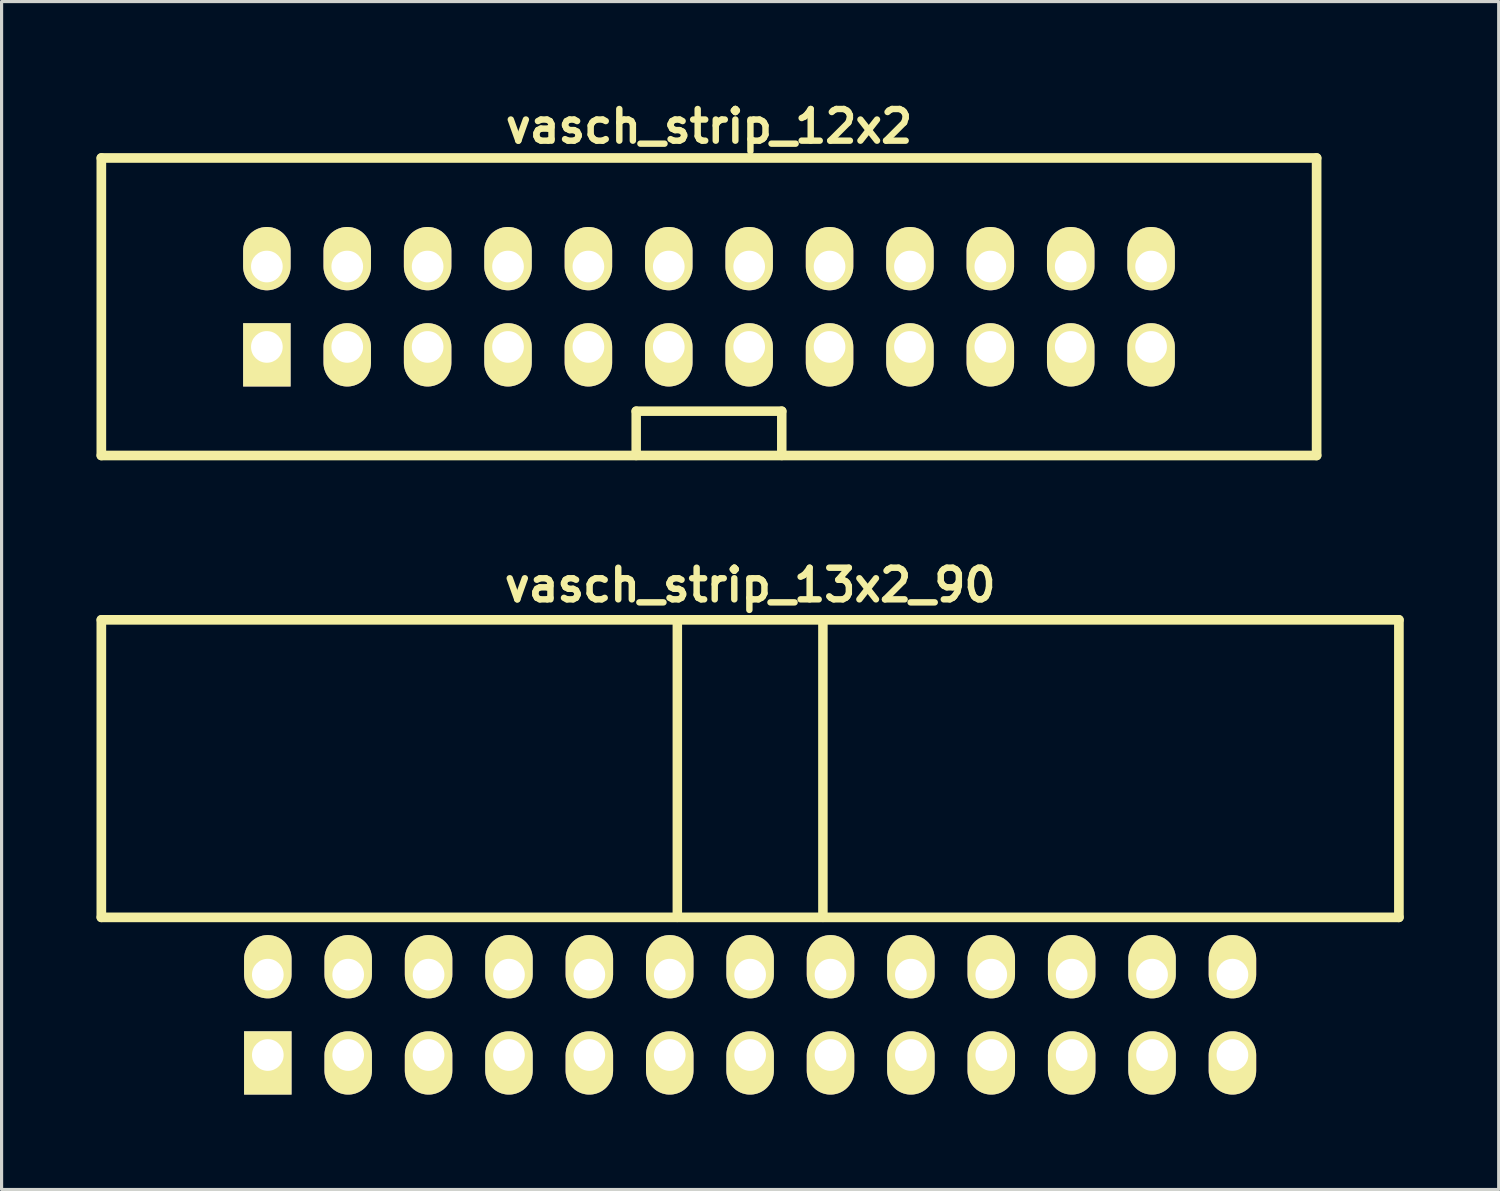
<source format=kicad_pcb>
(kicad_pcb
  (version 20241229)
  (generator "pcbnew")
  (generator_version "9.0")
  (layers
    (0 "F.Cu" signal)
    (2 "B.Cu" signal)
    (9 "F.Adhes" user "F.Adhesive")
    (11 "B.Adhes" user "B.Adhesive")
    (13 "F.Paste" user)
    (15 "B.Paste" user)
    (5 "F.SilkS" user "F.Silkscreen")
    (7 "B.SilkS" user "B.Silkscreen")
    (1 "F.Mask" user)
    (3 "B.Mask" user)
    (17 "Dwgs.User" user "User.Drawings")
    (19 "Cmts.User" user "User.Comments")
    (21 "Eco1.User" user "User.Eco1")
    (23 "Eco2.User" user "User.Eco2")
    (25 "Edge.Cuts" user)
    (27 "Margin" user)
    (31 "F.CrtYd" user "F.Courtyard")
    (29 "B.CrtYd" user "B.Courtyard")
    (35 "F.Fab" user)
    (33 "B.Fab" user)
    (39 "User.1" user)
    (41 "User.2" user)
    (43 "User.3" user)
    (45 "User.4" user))
  (footprint "vasch_strip_13x2_90"
    (layer "F.Cu")
    (at 20.652 23.936)
    (property "Reference" "vasch_strip_13x2_90" (at 0 -8.5 0) (layer "F.SilkS") (effects (font (size 1 1) (thickness 0.203))))
    (attr through_hole)
    (fp_line (start -20.5 -7.4) (end -20.5 2) (stroke (width 0.305) (type solid)) (layer "F.SilkS"))
    (fp_line (start -20.5 2) (end 20.5 2) (stroke (width 0.305) (type solid)) (layer "F.SilkS"))
    (fp_line (start -2.3 -7.4) (end -2.3 2) (stroke (width 0.3) (type solid)) (layer "F.SilkS"))
    (fp_line (start 2.3 -7.4) (end 2.3 2) (stroke (width 0.3) (type solid)) (layer "F.SilkS"))
    (fp_line (start 20.5 -7.4) (end -20.5 -7.4) (stroke (width 0.305) (type solid)) (layer "F.SilkS"))
    (fp_line (start 20.5 -7.4) (end 20.5 2) (stroke (width 0.305) (type solid)) (layer "F.SilkS"))
    (pad "1" thru_hole rect (at -15.24 6.35) (size 1.5 2) (drill 1 (offset 0 0.25)) (layers "*.Cu" "*.Mask" "F.SilkS"))
    (pad "2" thru_hole oval (at -15.24 3.81) (size 1.5 2) (drill 1 (offset 0 -0.25)) (layers "*.Cu" "*.Mask" "F.SilkS"))
    (pad "3" thru_hole oval (at -12.7 6.35) (size 1.5 2) (drill 1 (offset 0 0.25)) (layers "*.Cu" "*.Mask" "F.SilkS"))
    (pad "4" thru_hole oval (at -12.7 3.81) (size 1.5 2) (drill 1 (offset 0 -0.25)) (layers "*.Cu" "*.Mask" "F.SilkS"))
    (pad "5" thru_hole oval (at -10.16 6.35) (size 1.5 2) (drill 1 (offset 0 0.25)) (layers "*.Cu" "*.Mask" "F.SilkS"))
    (pad "6" thru_hole oval (at -10.16 3.81) (size 1.5 2) (drill 1 (offset 0 -0.25)) (layers "*.Cu" "*.Mask" "F.SilkS"))
    (pad "7" thru_hole oval (at -7.62 6.35) (size 1.5 2) (drill 1 (offset 0 0.25)) (layers "*.Cu" "*.Mask" "F.SilkS"))
    (pad "8" thru_hole oval (at -7.62 3.81) (size 1.5 2) (drill 1 (offset 0 -0.25)) (layers "*.Cu" "*.Mask" "F.SilkS"))
    (pad "9" thru_hole oval (at -5.08 6.35) (size 1.5 2) (drill 1 (offset 0 0.25)) (layers "*.Cu" "*.Mask" "F.SilkS"))
    (pad "10" thru_hole oval (at -5.08 3.81) (size 1.5 2) (drill 1 (offset 0 -0.25)) (layers "*.Cu" "*.Mask" "F.SilkS"))
    (pad "11" thru_hole oval (at -2.54 6.35) (size 1.5 2) (drill 1 (offset 0 0.25)) (layers "*.Cu" "*.Mask" "F.SilkS"))
    (pad "12" thru_hole oval (at -2.54 3.81) (size 1.5 2) (drill 1 (offset 0 -0.25)) (layers "*.Cu" "*.Mask" "F.SilkS"))
    (pad "13" thru_hole oval (at 0 6.35) (size 1.5 2) (drill 1 (offset 0 0.25)) (layers "*.Cu" "*.Mask" "F.SilkS"))
    (pad "14" thru_hole oval (at 0 3.81) (size 1.5 2) (drill 1 (offset 0 -0.25)) (layers "*.Cu" "*.Mask" "F.SilkS"))
    (pad "15" thru_hole oval (at 2.54 6.35) (size 1.5 2) (drill 1 (offset 0 0.25)) (layers "*.Cu" "*.Mask" "F.SilkS"))
    (pad "16" thru_hole oval (at 2.54 3.81) (size 1.5 2) (drill 1 (offset 0 -0.25)) (layers "*.Cu" "*.Mask" "F.SilkS"))
    (pad "17" thru_hole oval (at 5.08 6.35) (size 1.5 2) (drill 1 (offset 0 0.25)) (layers "*.Cu" "*.Mask" "F.SilkS"))
    (pad "18" thru_hole oval (at 5.08 3.81) (size 1.5 2) (drill 1 (offset 0 -0.25)) (layers "*.Cu" "*.Mask" "F.SilkS"))
    (pad "19" thru_hole oval (at 7.62 6.35) (size 1.5 2) (drill 1 (offset 0 0.25)) (layers "*.Cu" "*.Mask" "F.SilkS"))
    (pad "20" thru_hole oval (at 7.62 3.81) (size 1.5 2) (drill 1 (offset 0 -0.25)) (layers "*.Cu" "*.Mask" "F.SilkS"))
    (pad "21" thru_hole oval (at 10.16 6.35) (size 1.5 2) (drill 1 (offset 0 0.25)) (layers "*.Cu" "*.Mask" "F.SilkS"))
    (pad "22" thru_hole oval (at 10.16 3.81) (size 1.5 2) (drill 1 (offset 0 -0.25)) (layers "*.Cu" "*.Mask" "F.SilkS"))
    (pad "23" thru_hole oval (at 12.7 6.35) (size 1.5 2) (drill 1 (offset 0 0.25)) (layers "*.Cu" "*.Mask" "F.SilkS"))
    (pad "24" thru_hole oval (at 12.7 3.81) (size 1.5 2) (drill 1 (offset 0 -0.25)) (layers "*.Cu" "*.Mask" "F.SilkS"))
    (pad "25" thru_hole oval (at 15.24 6.35) (size 1.5 2) (drill 1 (offset 0 0.25)) (layers "*.Cu" "*.Mask" "F.SilkS"))
    (pad "26" thru_hole oval (at 15.24 3.81) (size 1.5 2) (drill 1 (offset 0 -0.25)) (layers "*.Cu" "*.Mask" "F.SilkS")))
  (footprint "vasch_strip_12x2"
    (layer "F.Cu")
    (at 19.352 6.642)
    (property "Reference" "vasch_strip_12x2" (at 0 -5.7 0) (layer "F.SilkS") (effects (font (size 1 1) (thickness 0.203))))
    (attr through_hole)
    (fp_line (start -19.2 -4.7) (end -19.2 4.7) (stroke (width 0.305) (type solid)) (layer "F.SilkS"))
    (fp_line (start -19.2 4.7) (end 19.2 4.7) (stroke (width 0.305) (type solid)) (layer "F.SilkS"))
    (fp_line (start -2.3 3.3) (end -2.3 4.7) (stroke (width 0.3) (type solid)) (layer "F.SilkS"))
    (fp_line (start 2.3 3.3) (end -2.3 3.3) (stroke (width 0.3) (type solid)) (layer "F.SilkS"))
    (fp_line (start 2.3 4.7) (end 2.3 3.3) (stroke (width 0.3) (type solid)) (layer "F.SilkS"))
    (fp_line (start 19.2 -4.7) (end -19.2 -4.7) (stroke (width 0.305) (type solid)) (layer "F.SilkS"))
    (fp_line (start 19.2 -4.7) (end 19.2 4.7) (stroke (width 0.305) (type solid)) (layer "F.SilkS"))
    (pad "1" thru_hole rect (at -13.97 1.27) (size 1.5 2) (drill 1 (offset 0 0.25)) (layers "*.Cu" "*.Mask" "F.SilkS"))
    (pad "2" thru_hole oval (at -13.97 -1.27) (size 1.5 2) (drill 1 (offset 0 -0.25)) (layers "*.Cu" "*.Mask" "F.SilkS"))
    (pad "3" thru_hole oval (at -11.43 1.27) (size 1.5 2) (drill 1 (offset 0 0.25)) (layers "*.Cu" "*.Mask" "F.SilkS"))
    (pad "4" thru_hole oval (at -11.43 -1.27) (size 1.5 2) (drill 1 (offset 0 -0.25)) (layers "*.Cu" "*.Mask" "F.SilkS"))
    (pad "5" thru_hole oval (at -8.89 1.27) (size 1.5 2) (drill 1 (offset 0 0.25)) (layers "*.Cu" "*.Mask" "F.SilkS"))
    (pad "6" thru_hole oval (at -8.89 -1.27) (size 1.5 2) (drill 1 (offset 0 -0.25)) (layers "*.Cu" "*.Mask" "F.SilkS"))
    (pad "7" thru_hole oval (at -6.35 1.27) (size 1.5 2) (drill 1 (offset 0 0.25)) (layers "*.Cu" "*.Mask" "F.SilkS"))
    (pad "8" thru_hole oval (at -6.35 -1.27) (size 1.5 2) (drill 1 (offset 0 -0.25)) (layers "*.Cu" "*.Mask" "F.SilkS"))
    (pad "9" thru_hole oval (at -3.81 1.27) (size 1.5 2) (drill 1 (offset 0 0.25)) (layers "*.Cu" "*.Mask" "F.SilkS"))
    (pad "10" thru_hole oval (at -3.81 -1.27) (size 1.5 2) (drill 1 (offset 0 -0.25)) (layers "*.Cu" "*.Mask" "F.SilkS"))
    (pad "11" thru_hole oval (at -1.27 1.27) (size 1.5 2) (drill 1 (offset 0 0.25)) (layers "*.Cu" "*.Mask" "F.SilkS"))
    (pad "12" thru_hole oval (at -1.27 -1.27) (size 1.5 2) (drill 1 (offset 0 -0.25)) (layers "*.Cu" "*.Mask" "F.SilkS"))
    (pad "13" thru_hole oval (at 1.27 1.27) (size 1.5 2) (drill 1 (offset 0 0.25)) (layers "*.Cu" "*.Mask" "F.SilkS"))
    (pad "14" thru_hole oval (at 1.27 -1.27) (size 1.5 2) (drill 1 (offset 0 -0.25)) (layers "*.Cu" "*.Mask" "F.SilkS"))
    (pad "15" thru_hole oval (at 3.81 1.27) (size 1.5 2) (drill 1 (offset 0 0.25)) (layers "*.Cu" "*.Mask" "F.SilkS"))
    (pad "16" thru_hole oval (at 3.81 -1.27) (size 1.5 2) (drill 1 (offset 0 -0.25)) (layers "*.Cu" "*.Mask" "F.SilkS"))
    (pad "17" thru_hole oval (at 6.35 1.27) (size 1.5 2) (drill 1 (offset 0 0.25)) (layers "*.Cu" "*.Mask" "F.SilkS"))
    (pad "18" thru_hole oval (at 6.35 -1.27) (size 1.5 2) (drill 1 (offset 0 -0.25)) (layers "*.Cu" "*.Mask" "F.SilkS"))
    (pad "19" thru_hole oval (at 8.89 1.27) (size 1.5 2) (drill 1 (offset 0 0.25)) (layers "*.Cu" "*.Mask" "F.SilkS"))
    (pad "20" thru_hole oval (at 8.89 -1.27) (size 1.5 2) (drill 1 (offset 0 -0.25)) (layers "*.Cu" "*.Mask" "F.SilkS"))
    (pad "21" thru_hole oval (at 11.43 1.27) (size 1.5 2) (drill 1 (offset 0 0.25)) (layers "*.Cu" "*.Mask" "F.SilkS"))
    (pad "22" thru_hole oval (at 11.43 -1.27) (size 1.5 2) (drill 1 (offset 0 -0.25)) (layers "*.Cu" "*.Mask" "F.SilkS"))
    (pad "23" thru_hole oval (at 13.97 1.27) (size 1.5 2) (drill 1 (offset 0 0.25)) (layers "*.Cu" "*.Mask" "F.SilkS"))
    (pad "24" thru_hole oval (at 13.97 -1.27) (size 1.5 2) (drill 1 (offset 0 -0.25)) (layers "*.Cu" "*.Mask" "F.SilkS")))
  (gr_rect
    (start -3 -3)
    (end 44.305 34.536)
    (stroke (width 0.1) (type default))
    (fill no)
    (layer "Edge.Cuts")))
</source>
